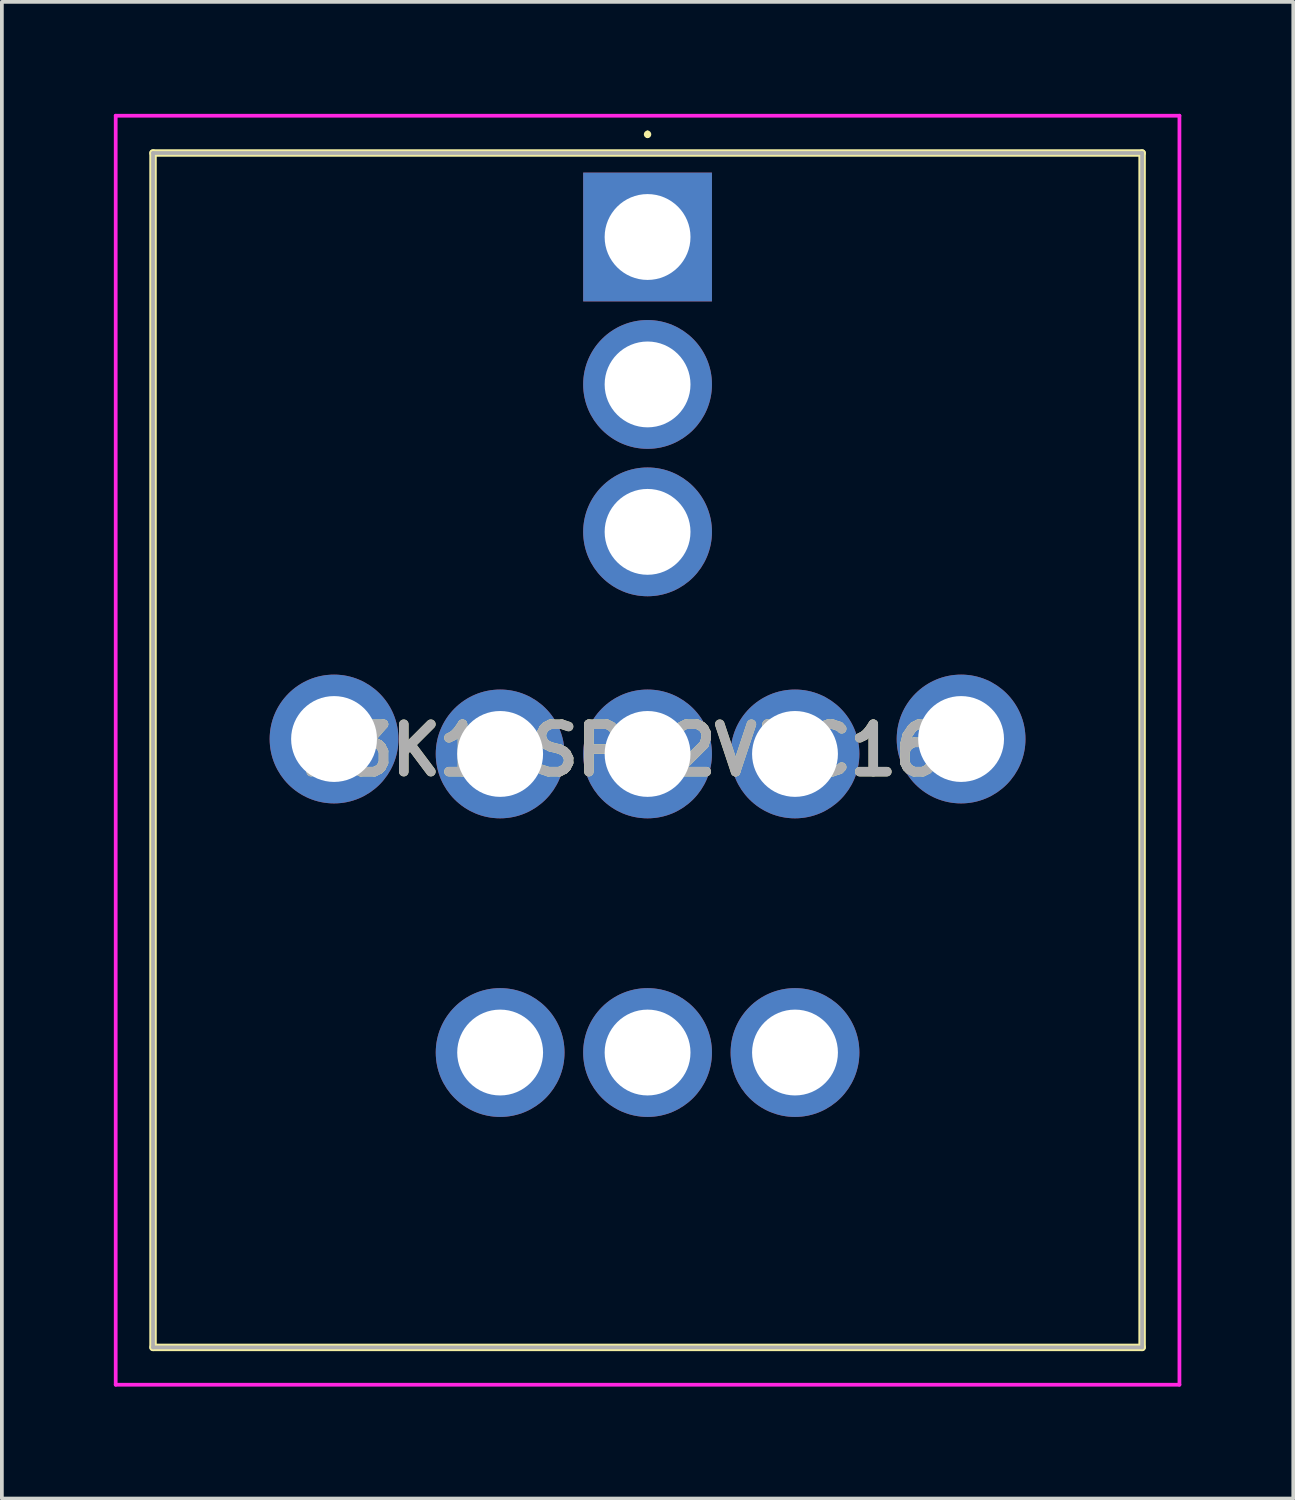
<source format=kicad_pcb>
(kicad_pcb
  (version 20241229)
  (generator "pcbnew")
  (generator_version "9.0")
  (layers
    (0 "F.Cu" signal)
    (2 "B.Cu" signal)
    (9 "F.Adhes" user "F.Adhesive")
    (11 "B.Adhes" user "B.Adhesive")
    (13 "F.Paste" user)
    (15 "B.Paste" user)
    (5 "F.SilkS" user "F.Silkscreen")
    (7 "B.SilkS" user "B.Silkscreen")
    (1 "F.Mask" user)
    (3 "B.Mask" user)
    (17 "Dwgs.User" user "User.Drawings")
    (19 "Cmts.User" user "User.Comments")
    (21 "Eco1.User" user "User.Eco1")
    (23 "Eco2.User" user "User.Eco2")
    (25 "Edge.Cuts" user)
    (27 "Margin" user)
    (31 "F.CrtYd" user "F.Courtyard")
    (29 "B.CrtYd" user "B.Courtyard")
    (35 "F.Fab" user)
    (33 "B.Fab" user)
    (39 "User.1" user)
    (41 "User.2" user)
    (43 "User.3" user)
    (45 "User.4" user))
  (footprint "A3K1CSP12VDC16D"
    (layer "F.Cu")
    (at 14.3 3.3)
    (property "Reference" "A3K1CSP12VDC16D" (at 0 13.75 0) (layer "F.SilkS") (effects (font (size 1.27 1.27) (thickness 0.254))))
    (attr through_hole)
    (fp_line (start -13.25 -2.25) (end 13.25 -2.25) (stroke (width 0.2) (type solid)) (layer "F.SilkS"))
    (fp_line (start -13.25 29.75) (end -13.25 -2.25) (stroke (width 0.2) (type solid)) (layer "F.SilkS"))
    (fp_line (start 0 -2.8) (end 0 -2.8) (stroke (width 0.1) (type solid)) (layer "F.SilkS"))
    (fp_line (start 0 -2.7) (end 0 -2.7) (stroke (width 0.1) (type solid)) (layer "F.SilkS"))
    (fp_line (start 13.25 -2.25) (end 13.25 29.75) (stroke (width 0.2) (type solid)) (layer "F.SilkS"))
    (fp_line (start 13.25 29.75) (end -13.25 29.75) (stroke (width 0.2) (type solid)) (layer "F.SilkS"))
    (fp_arc (start 0 -2.8) (mid 0.05 -2.75) (end 0 -2.7) (stroke (width 0.1) (type solid)) (layer "F.SilkS"))
    (fp_arc (start 0 -2.7) (mid -0.05 -2.75) (end 0 -2.8) (stroke (width 0.1) (type solid)) (layer "F.SilkS"))
    (fp_line (start -14.25 -3.25) (end -14.25 30.75) (stroke (width 0.1) (type solid)) (layer "F.CrtYd"))
    (fp_line (start -14.25 30.75) (end 14.25 30.75) (stroke (width 0.1) (type solid)) (layer "F.CrtYd"))
    (fp_line (start 14.25 -3.25) (end -14.25 -3.25) (stroke (width 0.1) (type solid)) (layer "F.CrtYd"))
    (fp_line (start 14.25 30.75) (end 14.25 -3.25) (stroke (width 0.1) (type solid)) (layer "F.CrtYd"))
    (fp_line (start -13.25 -2.25) (end -13.25 29.75) (stroke (width 0.1) (type solid)) (layer "F.Fab"))
    (fp_line (start -13.25 29.75) (end 13.25 29.75) (stroke (width 0.1) (type solid)) (layer "F.Fab"))
    (fp_line (start 13.25 -2.25) (end -13.25 -2.25) (stroke (width 0.1) (type solid)) (layer "F.Fab"))
    (fp_line (start 13.25 29.75) (end 13.25 -2.25) (stroke (width 0.1) (type solid)) (layer "F.Fab"))
    (fp_text user "${REFERENCE}" (at 0 13.75 0) (layer "F.Fab") (effects (font (size 1.27 1.27) (thickness 0.254))))
    (pad "30" thru_hole rect (at 0 0) (size 3.45 3.45) (drill 2.3) (layers "*.Cu" "*.Mask"))
    (pad "31" thru_hole circle (at 0 3.95) (size 3.45 3.45) (drill 2.3) (layers "*.Cu" "*.Mask"))
    (pad "32" thru_hole circle (at 0 7.9) (size 3.45 3.45) (drill 2.3) (layers "*.Cu" "*.Mask"))
    (pad "85" thru_hole circle (at 8.4 13.45) (size 3.45 3.45) (drill 2.3) (layers "*.Cu" "*.Mask"))
    (pad "86" thru_hole circle (at -8.4 13.45) (size 3.45 3.45) (drill 2.3) (layers "*.Cu" "*.Mask"))
    (pad "87" thru_hole circle (at -3.95 21.85) (size 3.45 3.45) (drill 2.3) (layers "*.Cu" "*.Mask"))
    (pad "88" thru_hole circle (at 0 21.85) (size 3.45 3.45) (drill 2.3) (layers "*.Cu" "*.Mask"))
    (pad "89" thru_hole circle (at 3.95 21.85) (size 3.45 3.45) (drill 2.3) (layers "*.Cu" "*.Mask"))
    (pad "A87" thru_hole circle (at -3.95 13.85) (size 3.45 3.45) (drill 2.3) (layers "*.Cu" "*.Mask"))
    (pad "A88" thru_hole circle (at 0 13.85) (size 3.45 3.45) (drill 2.3) (layers "*.Cu" "*.Mask"))
    (pad "A89" thru_hole circle (at 3.95 13.85) (size 3.45 3.45) (drill 2.3) (layers "*.Cu" "*.Mask")))
  (gr_rect
    (start -3 -3)
    (end 31.6 37.1)
    (stroke (width 0.1) (type default))
    (fill no)
    (layer "Edge.Cuts")))
</source>
